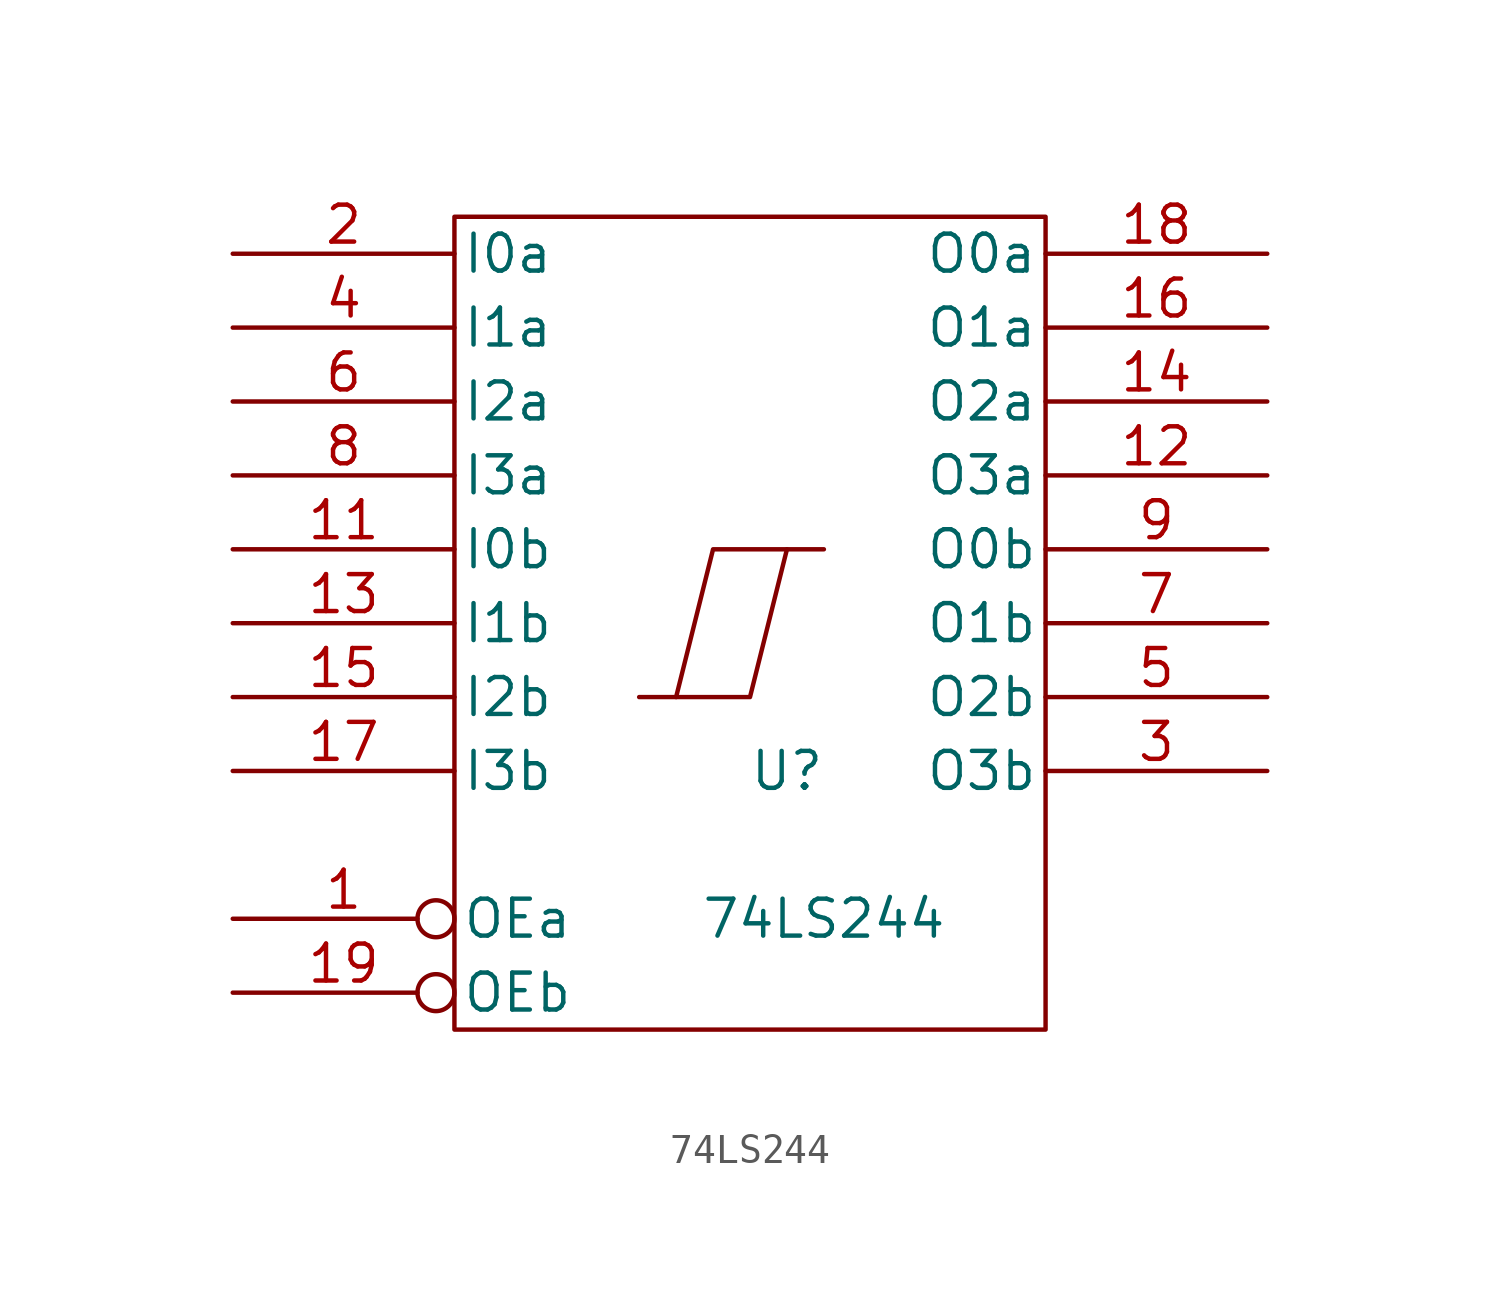
<source format=kicad_sym>
(kicad_symbol_lib
  (version 20220914)
  (generator kicad_symbol_editor)
  (symbol "74LS244"
    (pin_names
      (offset 0.254))
    (property "Reference" "U"
      (at 1.27 -5.08 0)
      (effects (font (size 1.27 1.27))))
    (property "Value" "74LS244"
      (at 2.54 -10.16 0)
      (effects (font (size 1.27 1.27))))
    (symbol "74LS244_0_0"
      (pin power_in line (at -7.62 -13.97 90) (length 0) hide (name "GND" (effects (font (size 1.27 1.27)))) (number "10" (effects (font (size 1.27 1.27)))))
      (pin power_in line (at -7.62 13.97 90) (length 0) hide (name "VCC" (effects (font (size 1.27 1.27)))) (number "20" (effects (font (size 1.27 1.27))))))
    (symbol "74LS244_0_1"
      (rectangle (start -10.16 13.97) (end 10.16 -13.97) (stroke (width 0) (type solid)) (fill (type none)))
      (polyline (pts (xy 1.27 2.54) (xy 0 -2.54) (xy -2.54 -2.54)) (stroke (width 0) (type solid)) (fill (type none)))
      (polyline (pts (xy 2.54 2.54) (xy -1.27 2.54) (xy -2.54 -2.54) (xy -3.81 -2.54)) (stroke (width 0) (type solid)) (fill (type none))))
    (symbol "74LS244_1_1"
      (pin input inverted (at -17.78 -10.16 0) (length 7.62) (name "OEa" (effects (font (size 1.27 1.27)))) (number "1" (effects (font (size 1.27 1.27)))))
      (pin input line (at -17.78 2.54 0) (length 7.62) (name "I0b" (effects (font (size 1.27 1.27)))) (number "11" (effects (font (size 1.27 1.27)))))
      (pin tri_state line (at 17.78 5.08 180) (length 7.62) (name "O3a" (effects (font (size 1.27 1.27)))) (number "12" (effects (font (size 1.27 1.27)))))
      (pin input line (at -17.78 0 0) (length 7.62) (name "I1b" (effects (font (size 1.27 1.27)))) (number "13" (effects (font (size 1.27 1.27)))))
      (pin tri_state line (at 17.78 7.62 180) (length 7.62) (name "O2a" (effects (font (size 1.27 1.27)))) (number "14" (effects (font (size 1.27 1.27)))))
      (pin input line (at -17.78 -2.54 0) (length 7.62) (name "I2b" (effects (font (size 1.27 1.27)))) (number "15" (effects (font (size 1.27 1.27)))))
      (pin tri_state line (at 17.78 10.16 180) (length 7.62) (name "O1a" (effects (font (size 1.27 1.27)))) (number "16" (effects (font (size 1.27 1.27)))))
      (pin input line (at -17.78 -5.08 0) (length 7.62) (name "I3b" (effects (font (size 1.27 1.27)))) (number "17" (effects (font (size 1.27 1.27)))))
      (pin tri_state line (at 17.78 12.7 180) (length 7.62) (name "O0a" (effects (font (size 1.27 1.27)))) (number "18" (effects (font (size 1.27 1.27)))))
      (pin input inverted (at -17.78 -12.7 0) (length 7.62) (name "OEb" (effects (font (size 1.27 1.27)))) (number "19" (effects (font (size 1.27 1.27)))))
      (pin input line (at -17.78 12.7 0) (length 7.62) (name "I0a" (effects (font (size 1.27 1.27)))) (number "2" (effects (font (size 1.27 1.27)))))
      (pin tri_state line (at 17.78 -5.08 180) (length 7.62) (name "O3b" (effects (font (size 1.27 1.27)))) (number "3" (effects (font (size 1.27 1.27)))))
      (pin input line (at -17.78 10.16 0) (length 7.62) (name "I1a" (effects (font (size 1.27 1.27)))) (number "4" (effects (font (size 1.27 1.27)))))
      (pin tri_state line (at 17.78 -2.54 180) (length 7.62) (name "O2b" (effects (font (size 1.27 1.27)))) (number "5" (effects (font (size 1.27 1.27)))))
      (pin input line (at -17.78 7.62 0) (length 7.62) (name "I2a" (effects (font (size 1.27 1.27)))) (number "6" (effects (font (size 1.27 1.27)))))
      (pin tri_state line (at 17.78 0 180) (length 7.62) (name "O1b" (effects (font (size 1.27 1.27)))) (number "7" (effects (font (size 1.27 1.27)))))
      (pin input line (at -17.78 5.08 0) (length 7.62) (name "I3a" (effects (font (size 1.27 1.27)))) (number "8" (effects (font (size 1.27 1.27)))))
      (pin tri_state line (at 17.78 2.54 180) (length 7.62) (name "O0b" (effects (font (size 1.27 1.27)))) (number "9" (effects (font (size 1.27 1.27))))))))
</source>
